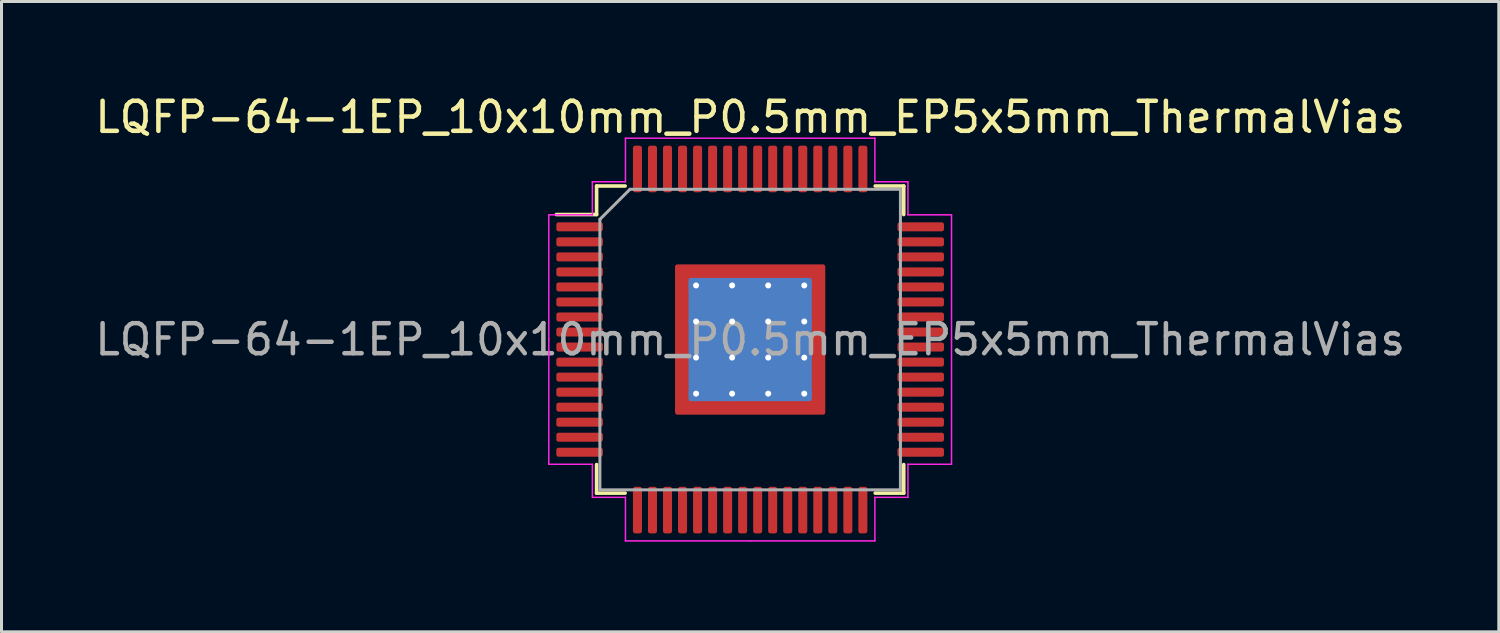
<source format=kicad_pcb>
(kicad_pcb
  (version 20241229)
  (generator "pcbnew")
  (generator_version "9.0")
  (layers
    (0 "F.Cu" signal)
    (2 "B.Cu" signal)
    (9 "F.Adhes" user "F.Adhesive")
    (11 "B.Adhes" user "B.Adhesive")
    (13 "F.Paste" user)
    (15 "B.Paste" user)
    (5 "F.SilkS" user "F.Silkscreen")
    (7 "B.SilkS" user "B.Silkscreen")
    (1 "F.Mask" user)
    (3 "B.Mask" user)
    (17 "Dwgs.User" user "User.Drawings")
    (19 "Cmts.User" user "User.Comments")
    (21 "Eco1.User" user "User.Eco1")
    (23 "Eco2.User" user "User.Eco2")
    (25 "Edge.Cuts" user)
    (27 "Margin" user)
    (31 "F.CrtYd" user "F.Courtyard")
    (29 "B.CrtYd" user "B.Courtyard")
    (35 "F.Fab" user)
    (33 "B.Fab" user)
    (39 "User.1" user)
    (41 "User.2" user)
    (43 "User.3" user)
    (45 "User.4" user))
  (footprint "LQFP-64-1EP_10x10mm_P0.5mm_EP5x5mm_ThermalVias"
    (layer "F.Cu")
    (at 21.911 8.248)
    (property "Reference" "LQFP-64-1EP_10x10mm_P0.5mm_EP5x5mm_ThermalVias" (at 0 -7.4 0) (layer "F.SilkS") (effects (font (size 1 1) (thickness 0.15))))
    (attr smd)
    (fp_line (start -5.11 -5.11) (end -5.11 -4.16) (stroke (width 0.12) (type solid)) (layer "F.SilkS"))
    (fp_line (start -5.11 -4.16) (end -6.45 -4.16) (stroke (width 0.12) (type solid)) (layer "F.SilkS"))
    (fp_line (start -5.11 5.11) (end -5.11 4.16) (stroke (width 0.12) (type solid)) (layer "F.SilkS"))
    (fp_line (start -4.16 -5.11) (end -5.11 -5.11) (stroke (width 0.12) (type solid)) (layer "F.SilkS"))
    (fp_line (start -4.16 5.11) (end -5.11 5.11) (stroke (width 0.12) (type solid)) (layer "F.SilkS"))
    (fp_line (start 4.16 -5.11) (end 5.11 -5.11) (stroke (width 0.12) (type solid)) (layer "F.SilkS"))
    (fp_line (start 4.16 5.11) (end 5.11 5.11) (stroke (width 0.12) (type solid)) (layer "F.SilkS"))
    (fp_line (start 5.11 -5.11) (end 5.11 -4.16) (stroke (width 0.12) (type solid)) (layer "F.SilkS"))
    (fp_line (start 5.11 5.11) (end 5.11 4.16) (stroke (width 0.12) (type solid)) (layer "F.SilkS"))
    (fp_line (start -6.7 -4.15) (end -6.7 0) (stroke (width 0.05) (type solid)) (layer "F.CrtYd"))
    (fp_line (start -6.7 4.15) (end -6.7 0) (stroke (width 0.05) (type solid)) (layer "F.CrtYd"))
    (fp_line (start -5.25 -5.25) (end -5.25 -4.15) (stroke (width 0.05) (type solid)) (layer "F.CrtYd"))
    (fp_line (start -5.25 -4.15) (end -6.7 -4.15) (stroke (width 0.05) (type solid)) (layer "F.CrtYd"))
    (fp_line (start -5.25 4.15) (end -6.7 4.15) (stroke (width 0.05) (type solid)) (layer "F.CrtYd"))
    (fp_line (start -5.25 5.25) (end -5.25 4.15) (stroke (width 0.05) (type solid)) (layer "F.CrtYd"))
    (fp_line (start -4.15 -6.7) (end -4.15 -5.25) (stroke (width 0.05) (type solid)) (layer "F.CrtYd"))
    (fp_line (start -4.15 -5.25) (end -5.25 -5.25) (stroke (width 0.05) (type solid)) (layer "F.CrtYd"))
    (fp_line (start -4.15 5.25) (end -5.25 5.25) (stroke (width 0.05) (type solid)) (layer "F.CrtYd"))
    (fp_line (start -4.15 6.7) (end -4.15 5.25) (stroke (width 0.05) (type solid)) (layer "F.CrtYd"))
    (fp_line (start 0 -6.7) (end -4.15 -6.7) (stroke (width 0.05) (type solid)) (layer "F.CrtYd"))
    (fp_line (start 0 -6.7) (end 4.15 -6.7) (stroke (width 0.05) (type solid)) (layer "F.CrtYd"))
    (fp_line (start 0 6.7) (end -4.15 6.7) (stroke (width 0.05) (type solid)) (layer "F.CrtYd"))
    (fp_line (start 0 6.7) (end 4.15 6.7) (stroke (width 0.05) (type solid)) (layer "F.CrtYd"))
    (fp_line (start 4.15 -6.7) (end 4.15 -5.25) (stroke (width 0.05) (type solid)) (layer "F.CrtYd"))
    (fp_line (start 4.15 -5.25) (end 5.25 -5.25) (stroke (width 0.05) (type solid)) (layer "F.CrtYd"))
    (fp_line (start 4.15 5.25) (end 5.25 5.25) (stroke (width 0.05) (type solid)) (layer "F.CrtYd"))
    (fp_line (start 4.15 6.7) (end 4.15 5.25) (stroke (width 0.05) (type solid)) (layer "F.CrtYd"))
    (fp_line (start 5.25 -5.25) (end 5.25 -4.15) (stroke (width 0.05) (type solid)) (layer "F.CrtYd"))
    (fp_line (start 5.25 -4.15) (end 6.7 -4.15) (stroke (width 0.05) (type solid)) (layer "F.CrtYd"))
    (fp_line (start 5.25 4.15) (end 6.7 4.15) (stroke (width 0.05) (type solid)) (layer "F.CrtYd"))
    (fp_line (start 5.25 5.25) (end 5.25 4.15) (stroke (width 0.05) (type solid)) (layer "F.CrtYd"))
    (fp_line (start 6.7 -4.15) (end 6.7 0) (stroke (width 0.05) (type solid)) (layer "F.CrtYd"))
    (fp_line (start 6.7 4.15) (end 6.7 0) (stroke (width 0.05) (type solid)) (layer "F.CrtYd"))
    (fp_line (start -5 -4) (end -4 -5) (stroke (width 0.1) (type solid)) (layer "F.Fab"))
    (fp_line (start -5 5) (end -5 -4) (stroke (width 0.1) (type solid)) (layer "F.Fab"))
    (fp_line (start -4 -5) (end 5 -5) (stroke (width 0.1) (type solid)) (layer "F.Fab"))
    (fp_line (start 5 -5) (end 5 5) (stroke (width 0.1) (type solid)) (layer "F.Fab"))
    (fp_line (start 5 5) (end -5 5) (stroke (width 0.1) (type solid)) (layer "F.Fab"))
    (fp_text user "${REFERENCE}" (at 0 0 0) (layer "F.Fab") (effects (font (size 1 1) (thickness 0.15))))
    (pad "" smd custom (at -2.15 -2.15) (size 0.46 0.46) (layers "F.Paste") (options (anchor circle)) (primitives (gr_poly (pts (xy -0.282 -0.282) (xy 0.282 -0.282) (xy 0.282 0.135) (xy 0.135 0.282) (xy -0.282 0.282)) (width 0) (fill yes))))
    (pad "" smd custom (at -2.15 -1.2) (size 0.495 0.495) (layers "F.Paste") (options (anchor circle)) (primitives (gr_poly (pts (xy -0.282 -0.484) (xy 0.183 -0.484) (xy 0.282 -0.385) (xy 0.282 0.385) (xy 0.183 0.484) (xy -0.282 0.484)) (width 0) (fill yes))))
    (pad "" smd custom (at -2.15 0) (size 0.495 0.495) (layers "F.Paste") (options (anchor circle)) (primitives (gr_poly (pts (xy -0.282 -0.484) (xy 0.183 -0.484) (xy 0.282 -0.385) (xy 0.282 0.385) (xy 0.183 0.484) (xy -0.282 0.484)) (width 0) (fill yes))))
    (pad "" smd custom (at -2.15 1.2) (size 0.495 0.495) (layers "F.Paste") (options (anchor circle)) (primitives (gr_poly (pts (xy -0.282 -0.484) (xy 0.183 -0.484) (xy 0.282 -0.385) (xy 0.282 0.385) (xy 0.183 0.484) (xy -0.282 0.484)) (width 0) (fill yes))))
    (pad "" smd custom (at -2.15 2.15) (size 0.46 0.46) (layers "F.Paste") (options (anchor circle)) (primitives (gr_poly (pts (xy -0.282 -0.282) (xy 0.135 -0.282) (xy 0.282 -0.135) (xy 0.282 0.282) (xy -0.282 0.282)) (width 0) (fill yes))))
    (pad "" smd custom (at -1.2 -2.15) (size 0.495 0.495) (layers "F.Paste") (options (anchor circle)) (primitives (gr_poly (pts (xy -0.484 -0.282) (xy 0.484 -0.282) (xy 0.484 0.183) (xy 0.385 0.282) (xy -0.385 0.282) (xy -0.484 0.183)) (width 0) (fill yes))))
    (pad "" smd custom (at -1.2 -1.2) (size 0.932 0.932) (layers "F.Paste") (options (anchor circle)) (primitives (gr_poly (pts (xy -0.484 -0.433) (xy -0.433 -0.484) (xy 0.433 -0.484) (xy 0.484 -0.433) (xy 0.484 0.433) (xy 0.433 0.484) (xy -0.433 0.484) (xy -0.484 0.433)) (width 0) (fill yes))))
    (pad "" smd custom (at -1.2 0) (size 0.932 0.932) (layers "F.Paste") (options (anchor circle)) (primitives (gr_poly (pts (xy -0.484 -0.433) (xy -0.433 -0.484) (xy 0.433 -0.484) (xy 0.484 -0.433) (xy 0.484 0.433) (xy 0.433 0.484) (xy -0.433 0.484) (xy -0.484 0.433)) (width 0) (fill yes))))
    (pad "" smd custom (at -1.2 1.2) (size 0.932 0.932) (layers "F.Paste") (options (anchor circle)) (primitives (gr_poly (pts (xy -0.484 -0.433) (xy -0.433 -0.484) (xy 0.433 -0.484) (xy 0.484 -0.433) (xy 0.484 0.433) (xy 0.433 0.484) (xy -0.433 0.484) (xy -0.484 0.433)) (width 0) (fill yes))))
    (pad "" smd custom (at -1.2 2.15) (size 0.495 0.495) (layers "F.Paste") (options (anchor circle)) (primitives (gr_poly (pts (xy -0.484 -0.183) (xy -0.385 -0.282) (xy 0.385 -0.282) (xy 0.484 -0.183) (xy 0.484 0.282) (xy -0.484 0.282)) (width 0) (fill yes))))
    (pad "" smd custom (at 0 -2.15) (size 0.495 0.495) (layers "F.Paste") (options (anchor circle)) (primitives (gr_poly (pts (xy -0.484 -0.282) (xy 0.484 -0.282) (xy 0.484 0.183) (xy 0.385 0.282) (xy -0.385 0.282) (xy -0.484 0.183)) (width 0) (fill yes))))
    (pad "" smd custom (at 0 -1.2) (size 0.932 0.932) (layers "F.Paste") (options (anchor circle)) (primitives (gr_poly (pts (xy -0.484 -0.433) (xy -0.433 -0.484) (xy 0.433 -0.484) (xy 0.484 -0.433) (xy 0.484 0.433) (xy 0.433 0.484) (xy -0.433 0.484) (xy -0.484 0.433)) (width 0) (fill yes))))
    (pad "" smd custom (at 0 0) (size 0.932 0.932) (layers "F.Paste") (options (anchor circle)) (primitives (gr_poly (pts (xy -0.484 -0.433) (xy -0.433 -0.484) (xy 0.433 -0.484) (xy 0.484 -0.433) (xy 0.484 0.433) (xy 0.433 0.484) (xy -0.433 0.484) (xy -0.484 0.433)) (width 0) (fill yes))))
    (pad "" smd custom (at 0 1.2) (size 0.932 0.932) (layers "F.Paste") (options (anchor circle)) (primitives (gr_poly (pts (xy -0.484 -0.433) (xy -0.433 -0.484) (xy 0.433 -0.484) (xy 0.484 -0.433) (xy 0.484 0.433) (xy 0.433 0.484) (xy -0.433 0.484) (xy -0.484 0.433)) (width 0) (fill yes))))
    (pad "" smd custom (at 0 2.15) (size 0.495 0.495) (layers "F.Paste") (options (anchor circle)) (primitives (gr_poly (pts (xy -0.484 -0.183) (xy -0.385 -0.282) (xy 0.385 -0.282) (xy 0.484 -0.183) (xy 0.484 0.282) (xy -0.484 0.282)) (width 0) (fill yes))))
    (pad "" smd custom (at 1.2 -2.15) (size 0.495 0.495) (layers "F.Paste") (options (anchor circle)) (primitives (gr_poly (pts (xy -0.484 -0.282) (xy 0.484 -0.282) (xy 0.484 0.183) (xy 0.385 0.282) (xy -0.385 0.282) (xy -0.484 0.183)) (width 0) (fill yes))))
    (pad "" smd custom (at 1.2 -1.2) (size 0.932 0.932) (layers "F.Paste") (options (anchor circle)) (primitives (gr_poly (pts (xy -0.484 -0.433) (xy -0.433 -0.484) (xy 0.433 -0.484) (xy 0.484 -0.433) (xy 0.484 0.433) (xy 0.433 0.484) (xy -0.433 0.484) (xy -0.484 0.433)) (width 0) (fill yes))))
    (pad "" smd custom (at 1.2 0) (size 0.932 0.932) (layers "F.Paste") (options (anchor circle)) (primitives (gr_poly (pts (xy -0.484 -0.433) (xy -0.433 -0.484) (xy 0.433 -0.484) (xy 0.484 -0.433) (xy 0.484 0.433) (xy 0.433 0.484) (xy -0.433 0.484) (xy -0.484 0.433)) (width 0) (fill yes))))
    (pad "" smd custom (at 1.2 1.2) (size 0.932 0.932) (layers "F.Paste") (options (anchor circle)) (primitives (gr_poly (pts (xy -0.484 -0.433) (xy -0.433 -0.484) (xy 0.433 -0.484) (xy 0.484 -0.433) (xy 0.484 0.433) (xy 0.433 0.484) (xy -0.433 0.484) (xy -0.484 0.433)) (width 0) (fill yes))))
    (pad "" smd custom (at 1.2 2.15) (size 0.495 0.495) (layers "F.Paste") (options (anchor circle)) (primitives (gr_poly (pts (xy -0.484 -0.183) (xy -0.385 -0.282) (xy 0.385 -0.282) (xy 0.484 -0.183) (xy 0.484 0.282) (xy -0.484 0.282)) (width 0) (fill yes))))
    (pad "" smd custom (at 2.15 -2.15) (size 0.46 0.46) (layers "F.Paste") (options (anchor circle)) (primitives (gr_poly (pts (xy -0.282 -0.282) (xy 0.282 -0.282) (xy 0.282 0.282) (xy -0.135 0.282) (xy -0.282 0.135)) (width 0) (fill yes))))
    (pad "" smd custom (at 2.15 -1.2) (size 0.495 0.495) (layers "F.Paste") (options (anchor circle)) (primitives (gr_poly (pts (xy -0.282 -0.385) (xy -0.183 -0.484) (xy 0.282 -0.484) (xy 0.282 0.484) (xy -0.183 0.484) (xy -0.282 0.385)) (width 0) (fill yes))))
    (pad "" smd custom (at 2.15 0) (size 0.495 0.495) (layers "F.Paste") (options (anchor circle)) (primitives (gr_poly (pts (xy -0.282 -0.385) (xy -0.183 -0.484) (xy 0.282 -0.484) (xy 0.282 0.484) (xy -0.183 0.484) (xy -0.282 0.385)) (width 0) (fill yes))))
    (pad "" smd custom (at 2.15 1.2) (size 0.495 0.495) (layers "F.Paste") (options (anchor circle)) (primitives (gr_poly (pts (xy -0.282 -0.385) (xy -0.183 -0.484) (xy 0.282 -0.484) (xy 0.282 0.484) (xy -0.183 0.484) (xy -0.282 0.385)) (width 0) (fill yes))))
    (pad "" smd custom (at 2.15 2.15) (size 0.46 0.46) (layers "F.Paste") (options (anchor circle)) (primitives (gr_poly (pts (xy -0.282 -0.135) (xy -0.135 -0.282) (xy 0.282 -0.282) (xy 0.282 0.282) (xy -0.282 0.282)) (width 0) (fill yes))))
    (pad "1" smd roundrect (at -5.675 -3.75) (size 1.55 0.3) (layers "F.Cu" "F.Mask" "F.Paste") (roundrect_rratio 0.25))
    (pad "2" smd roundrect (at -5.675 -3.25) (size 1.55 0.3) (layers "F.Cu" "F.Mask" "F.Paste") (roundrect_rratio 0.25))
    (pad "3" smd roundrect (at -5.675 -2.75) (size 1.55 0.3) (layers "F.Cu" "F.Mask" "F.Paste") (roundrect_rratio 0.25))
    (pad "4" smd roundrect (at -5.675 -2.25) (size 1.55 0.3) (layers "F.Cu" "F.Mask" "F.Paste") (roundrect_rratio 0.25))
    (pad "5" smd roundrect (at -5.675 -1.75) (size 1.55 0.3) (layers "F.Cu" "F.Mask" "F.Paste") (roundrect_rratio 0.25))
    (pad "6" smd roundrect (at -5.675 -1.25) (size 1.55 0.3) (layers "F.Cu" "F.Mask" "F.Paste") (roundrect_rratio 0.25))
    (pad "7" smd roundrect (at -5.675 -0.75) (size 1.55 0.3) (layers "F.Cu" "F.Mask" "F.Paste") (roundrect_rratio 0.25))
    (pad "8" smd roundrect (at -5.675 -0.25) (size 1.55 0.3) (layers "F.Cu" "F.Mask" "F.Paste") (roundrect_rratio 0.25))
    (pad "9" smd roundrect (at -5.675 0.25) (size 1.55 0.3) (layers "F.Cu" "F.Mask" "F.Paste") (roundrect_rratio 0.25))
    (pad "10" smd roundrect (at -5.675 0.75) (size 1.55 0.3) (layers "F.Cu" "F.Mask" "F.Paste") (roundrect_rratio 0.25))
    (pad "11" smd roundrect (at -5.675 1.25) (size 1.55 0.3) (layers "F.Cu" "F.Mask" "F.Paste") (roundrect_rratio 0.25))
    (pad "12" smd roundrect (at -5.675 1.75) (size 1.55 0.3) (layers "F.Cu" "F.Mask" "F.Paste") (roundrect_rratio 0.25))
    (pad "13" smd roundrect (at -5.675 2.25) (size 1.55 0.3) (layers "F.Cu" "F.Mask" "F.Paste") (roundrect_rratio 0.25))
    (pad "14" smd roundrect (at -5.675 2.75) (size 1.55 0.3) (layers "F.Cu" "F.Mask" "F.Paste") (roundrect_rratio 0.25))
    (pad "15" smd roundrect (at -5.675 3.25) (size 1.55 0.3) (layers "F.Cu" "F.Mask" "F.Paste") (roundrect_rratio 0.25))
    (pad "16" smd roundrect (at -5.675 3.75) (size 1.55 0.3) (layers "F.Cu" "F.Mask" "F.Paste") (roundrect_rratio 0.25))
    (pad "17" smd roundrect (at -3.75 5.675) (size 0.3 1.55) (layers "F.Cu" "F.Mask" "F.Paste") (roundrect_rratio 0.25))
    (pad "18" smd roundrect (at -3.25 5.675) (size 0.3 1.55) (layers "F.Cu" "F.Mask" "F.Paste") (roundrect_rratio 0.25))
    (pad "19" smd roundrect (at -2.75 5.675) (size 0.3 1.55) (layers "F.Cu" "F.Mask" "F.Paste") (roundrect_rratio 0.25))
    (pad "20" smd roundrect (at -2.25 5.675) (size 0.3 1.55) (layers "F.Cu" "F.Mask" "F.Paste") (roundrect_rratio 0.25))
    (pad "21" smd roundrect (at -1.75 5.675) (size 0.3 1.55) (layers "F.Cu" "F.Mask" "F.Paste") (roundrect_rratio 0.25))
    (pad "22" smd roundrect (at -1.25 5.675) (size 0.3 1.55) (layers "F.Cu" "F.Mask" "F.Paste") (roundrect_rratio 0.25))
    (pad "23" smd roundrect (at -0.75 5.675) (size 0.3 1.55) (layers "F.Cu" "F.Mask" "F.Paste") (roundrect_rratio 0.25))
    (pad "24" smd roundrect (at -0.25 5.675) (size 0.3 1.55) (layers "F.Cu" "F.Mask" "F.Paste") (roundrect_rratio 0.25))
    (pad "25" smd roundrect (at 0.25 5.675) (size 0.3 1.55) (layers "F.Cu" "F.Mask" "F.Paste") (roundrect_rratio 0.25))
    (pad "26" smd roundrect (at 0.75 5.675) (size 0.3 1.55) (layers "F.Cu" "F.Mask" "F.Paste") (roundrect_rratio 0.25))
    (pad "27" smd roundrect (at 1.25 5.675) (size 0.3 1.55) (layers "F.Cu" "F.Mask" "F.Paste") (roundrect_rratio 0.25))
    (pad "28" smd roundrect (at 1.75 5.675) (size 0.3 1.55) (layers "F.Cu" "F.Mask" "F.Paste") (roundrect_rratio 0.25))
    (pad "29" smd roundrect (at 2.25 5.675) (size 0.3 1.55) (layers "F.Cu" "F.Mask" "F.Paste") (roundrect_rratio 0.25))
    (pad "30" smd roundrect (at 2.75 5.675) (size 0.3 1.55) (layers "F.Cu" "F.Mask" "F.Paste") (roundrect_rratio 0.25))
    (pad "31" smd roundrect (at 3.25 5.675) (size 0.3 1.55) (layers "F.Cu" "F.Mask" "F.Paste") (roundrect_rratio 0.25))
    (pad "32" smd roundrect (at 3.75 5.675) (size 0.3 1.55) (layers "F.Cu" "F.Mask" "F.Paste") (roundrect_rratio 0.25))
    (pad "33" smd roundrect (at 5.675 3.75) (size 1.55 0.3) (layers "F.Cu" "F.Mask" "F.Paste") (roundrect_rratio 0.25))
    (pad "34" smd roundrect (at 5.675 3.25) (size 1.55 0.3) (layers "F.Cu" "F.Mask" "F.Paste") (roundrect_rratio 0.25))
    (pad "35" smd roundrect (at 5.675 2.75) (size 1.55 0.3) (layers "F.Cu" "F.Mask" "F.Paste") (roundrect_rratio 0.25))
    (pad "36" smd roundrect (at 5.675 2.25) (size 1.55 0.3) (layers "F.Cu" "F.Mask" "F.Paste") (roundrect_rratio 0.25))
    (pad "37" smd roundrect (at 5.675 1.75) (size 1.55 0.3) (layers "F.Cu" "F.Mask" "F.Paste") (roundrect_rratio 0.25))
    (pad "38" smd roundrect (at 5.675 1.25) (size 1.55 0.3) (layers "F.Cu" "F.Mask" "F.Paste") (roundrect_rratio 0.25))
    (pad "39" smd roundrect (at 5.675 0.75) (size 1.55 0.3) (layers "F.Cu" "F.Mask" "F.Paste") (roundrect_rratio 0.25))
    (pad "40" smd roundrect (at 5.675 0.25) (size 1.55 0.3) (layers "F.Cu" "F.Mask" "F.Paste") (roundrect_rratio 0.25))
    (pad "41" smd roundrect (at 5.675 -0.25) (size 1.55 0.3) (layers "F.Cu" "F.Mask" "F.Paste") (roundrect_rratio 0.25))
    (pad "42" smd roundrect (at 5.675 -0.75) (size 1.55 0.3) (layers "F.Cu" "F.Mask" "F.Paste") (roundrect_rratio 0.25))
    (pad "43" smd roundrect (at 5.675 -1.25) (size 1.55 0.3) (layers "F.Cu" "F.Mask" "F.Paste") (roundrect_rratio 0.25))
    (pad "44" smd roundrect (at 5.675 -1.75) (size 1.55 0.3) (layers "F.Cu" "F.Mask" "F.Paste") (roundrect_rratio 0.25))
    (pad "45" smd roundrect (at 5.675 -2.25) (size 1.55 0.3) (layers "F.Cu" "F.Mask" "F.Paste") (roundrect_rratio 0.25))
    (pad "46" smd roundrect (at 5.675 -2.75) (size 1.55 0.3) (layers "F.Cu" "F.Mask" "F.Paste") (roundrect_rratio 0.25))
    (pad "47" smd roundrect (at 5.675 -3.25) (size 1.55 0.3) (layers "F.Cu" "F.Mask" "F.Paste") (roundrect_rratio 0.25))
    (pad "48" smd roundrect (at 5.675 -3.75) (size 1.55 0.3) (layers "F.Cu" "F.Mask" "F.Paste") (roundrect_rratio 0.25))
    (pad "49" smd roundrect (at 3.75 -5.675) (size 0.3 1.55) (layers "F.Cu" "F.Mask" "F.Paste") (roundrect_rratio 0.25))
    (pad "50" smd roundrect (at 3.25 -5.675) (size 0.3 1.55) (layers "F.Cu" "F.Mask" "F.Paste") (roundrect_rratio 0.25))
    (pad "51" smd roundrect (at 2.75 -5.675) (size 0.3 1.55) (layers "F.Cu" "F.Mask" "F.Paste") (roundrect_rratio 0.25))
    (pad "52" smd roundrect (at 2.25 -5.675) (size 0.3 1.55) (layers "F.Cu" "F.Mask" "F.Paste") (roundrect_rratio 0.25))
    (pad "53" smd roundrect (at 1.75 -5.675) (size 0.3 1.55) (layers "F.Cu" "F.Mask" "F.Paste") (roundrect_rratio 0.25))
    (pad "54" smd roundrect (at 1.25 -5.675) (size 0.3 1.55) (layers "F.Cu" "F.Mask" "F.Paste") (roundrect_rratio 0.25))
    (pad "55" smd roundrect (at 0.75 -5.675) (size 0.3 1.55) (layers "F.Cu" "F.Mask" "F.Paste") (roundrect_rratio 0.25))
    (pad "56" smd roundrect (at 0.25 -5.675) (size 0.3 1.55) (layers "F.Cu" "F.Mask" "F.Paste") (roundrect_rratio 0.25))
    (pad "57" smd roundrect (at -0.25 -5.675) (size 0.3 1.55) (layers "F.Cu" "F.Mask" "F.Paste") (roundrect_rratio 0.25))
    (pad "58" smd roundrect (at -0.75 -5.675) (size 0.3 1.55) (layers "F.Cu" "F.Mask" "F.Paste") (roundrect_rratio 0.25))
    (pad "59" smd roundrect (at -1.25 -5.675) (size 0.3 1.55) (layers "F.Cu" "F.Mask" "F.Paste") (roundrect_rratio 0.25))
    (pad "60" smd roundrect (at -1.75 -5.675) (size 0.3 1.55) (layers "F.Cu" "F.Mask" "F.Paste") (roundrect_rratio 0.25))
    (pad "61" smd roundrect (at -2.25 -5.675) (size 0.3 1.55) (layers "F.Cu" "F.Mask" "F.Paste") (roundrect_rratio 0.25))
    (pad "62" smd roundrect (at -2.75 -5.675) (size 0.3 1.55) (layers "F.Cu" "F.Mask" "F.Paste") (roundrect_rratio 0.25))
    (pad "63" smd roundrect (at -3.25 -5.675) (size 0.3 1.55) (layers "F.Cu" "F.Mask" "F.Paste") (roundrect_rratio 0.25))
    (pad "64" smd roundrect (at -3.75 -5.675) (size 0.3 1.55) (layers "F.Cu" "F.Mask" "F.Paste") (roundrect_rratio 0.25))
    (pad "65" thru_hole circle (at -1.8 -1.8) (size 0.5 0.5) (drill 0.2) (layers "*.Cu"))
    (pad "65" thru_hole circle (at -1.8 -0.6) (size 0.5 0.5) (drill 0.2) (layers "*.Cu"))
    (pad "65" thru_hole circle (at -1.8 0.6) (size 0.5 0.5) (drill 0.2) (layers "*.Cu"))
    (pad "65" thru_hole circle (at -1.8 1.8) (size 0.5 0.5) (drill 0.2) (layers "*.Cu"))
    (pad "65" thru_hole circle (at -0.6 -1.8) (size 0.5 0.5) (drill 0.2) (layers "*.Cu"))
    (pad "65" thru_hole circle (at -0.6 -0.6) (size 0.5 0.5) (drill 0.2) (layers "*.Cu"))
    (pad "65" thru_hole circle (at -0.6 0.6) (size 0.5 0.5) (drill 0.2) (layers "*.Cu"))
    (pad "65" thru_hole circle (at -0.6 1.8) (size 0.5 0.5) (drill 0.2) (layers "*.Cu"))
    (pad "65" smd roundrect (at 0 0) (size 4.1 4.1) (layers "B.Cu") (roundrect_rratio 0.018))
    (pad "65" smd roundrect (at 0 0) (size 5 5) (layers "F.Cu" "F.Mask") (roundrect_rratio 0.015))
    (pad "65" thru_hole circle (at 0.6 -1.8) (size 0.5 0.5) (drill 0.2) (layers "*.Cu"))
    (pad "65" thru_hole circle (at 0.6 -0.6) (size 0.5 0.5) (drill 0.2) (layers "*.Cu"))
    (pad "65" thru_hole circle (at 0.6 0.6) (size 0.5 0.5) (drill 0.2) (layers "*.Cu"))
    (pad "65" thru_hole circle (at 0.6 1.8) (size 0.5 0.5) (drill 0.2) (layers "*.Cu"))
    (pad "65" thru_hole circle (at 1.8 -1.8) (size 0.5 0.5) (drill 0.2) (layers "*.Cu"))
    (pad "65" thru_hole circle (at 1.8 -0.6) (size 0.5 0.5) (drill 0.2) (layers "*.Cu"))
    (pad "65" thru_hole circle (at 1.8 0.6) (size 0.5 0.5) (drill 0.2) (layers "*.Cu"))
    (pad "65" thru_hole circle (at 1.8 1.8) (size 0.5 0.5) (drill 0.2) (layers "*.Cu")))
  (gr_rect
    (start -3 -3)
    (end 46.821 17.973)
    (stroke (width 0.1) (type default))
    (fill no)
    (layer "Edge.Cuts")))
</source>
